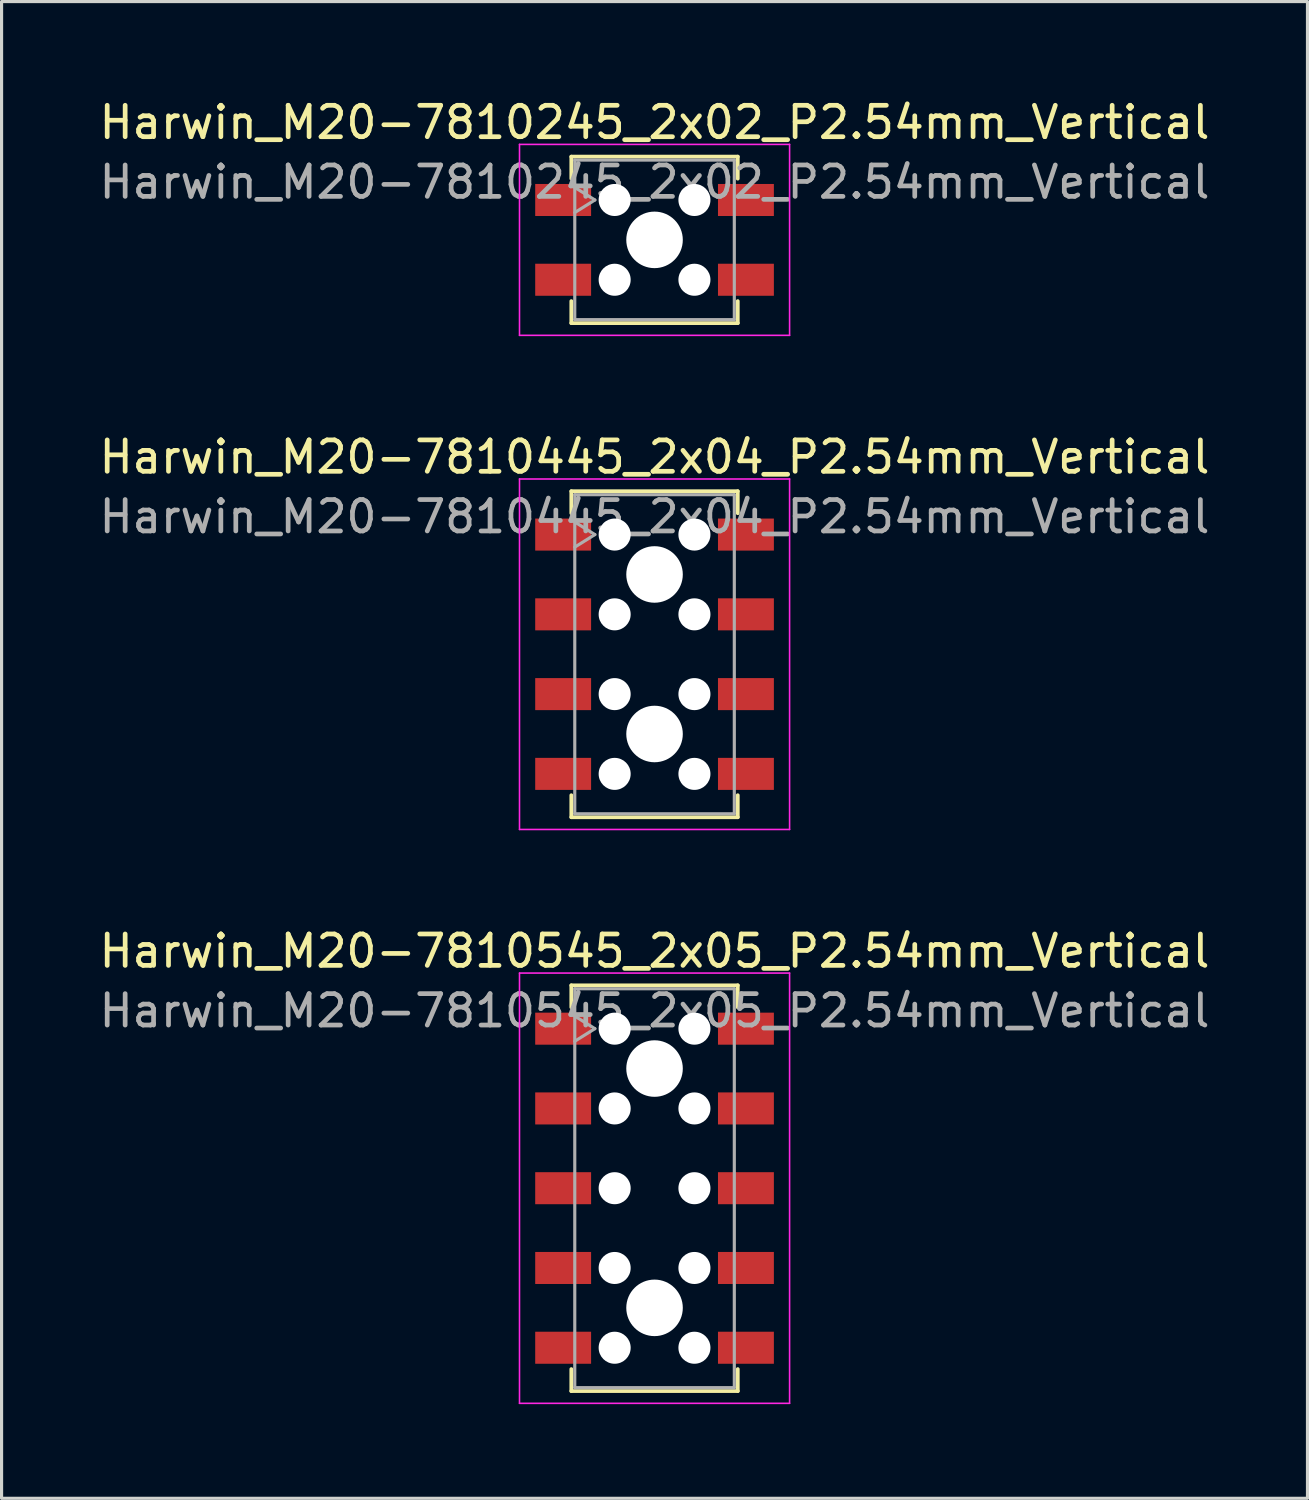
<source format=kicad_pcb>
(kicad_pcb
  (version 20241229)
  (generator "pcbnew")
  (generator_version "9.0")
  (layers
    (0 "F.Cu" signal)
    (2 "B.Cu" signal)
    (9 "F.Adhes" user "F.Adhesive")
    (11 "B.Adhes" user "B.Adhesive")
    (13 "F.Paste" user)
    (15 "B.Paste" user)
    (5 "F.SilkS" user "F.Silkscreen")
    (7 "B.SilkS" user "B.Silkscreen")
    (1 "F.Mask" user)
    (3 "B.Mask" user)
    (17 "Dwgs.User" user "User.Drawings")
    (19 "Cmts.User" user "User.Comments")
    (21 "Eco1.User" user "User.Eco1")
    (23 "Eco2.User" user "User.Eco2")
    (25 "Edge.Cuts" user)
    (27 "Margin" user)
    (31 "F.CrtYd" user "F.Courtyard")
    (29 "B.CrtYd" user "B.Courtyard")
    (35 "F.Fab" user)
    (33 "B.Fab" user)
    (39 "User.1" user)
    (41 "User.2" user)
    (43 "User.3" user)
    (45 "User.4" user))
  (footprint "Harwin_M20-7810545_2x05_P2.54mm_Vertical"
    (layer "F.Cu")
    (at 17.792 34.785)
    (property "Reference" "Harwin_M20-7810545_2x05_P2.54mm_Vertical" (at 0 -7.55 0) (layer "F.SilkS") (effects (font (size 1 1) (thickness 0.15))))
    (attr smd)
    (fp_line (start -2.65 -6.46) (end 2.65 -6.46) (stroke (width 0.12) (type solid)) (layer "F.SilkS"))
    (fp_line (start -2.65 -5.76) (end -2.65 -6.46) (stroke (width 0.12) (type solid)) (layer "F.SilkS"))
    (fp_line (start -2.65 5.76) (end -2.65 6.46) (stroke (width 0.12) (type solid)) (layer "F.SilkS"))
    (fp_line (start -2.65 6.46) (end 2.65 6.46) (stroke (width 0.12) (type solid)) (layer "F.SilkS"))
    (fp_line (start 2.65 -6.46) (end 2.65 -5.76) (stroke (width 0.12) (type solid)) (layer "F.SilkS"))
    (fp_line (start 2.65 6.46) (end 2.65 5.76) (stroke (width 0.12) (type solid)) (layer "F.SilkS"))
    (fp_line (start -4.3 -6.85) (end 4.3 -6.85) (stroke (width 0.05) (type solid)) (layer "F.CrtYd"))
    (fp_line (start -4.3 6.85) (end -4.3 -6.85) (stroke (width 0.05) (type solid)) (layer "F.CrtYd"))
    (fp_line (start 4.3 -6.85) (end 4.3 6.85) (stroke (width 0.05) (type solid)) (layer "F.CrtYd"))
    (fp_line (start 4.3 6.85) (end -4.3 6.85) (stroke (width 0.05) (type solid)) (layer "F.CrtYd"))
    (fp_line (start -2.54 -6.35) (end 2.54 -6.35) (stroke (width 0.1) (type solid)) (layer "F.Fab"))
    (fp_line (start -2.54 -5.48) (end -1.9 -5.08) (stroke (width 0.1) (type solid)) (layer "F.Fab"))
    (fp_line (start -2.54 6.35) (end -2.54 -6.35) (stroke (width 0.1) (type solid)) (layer "F.Fab"))
    (fp_line (start -1.9 -5.08) (end -2.54 -4.68) (stroke (width 0.1) (type solid)) (layer "F.Fab"))
    (fp_line (start 2.54 -6.35) (end 2.54 6.35) (stroke (width 0.1) (type solid)) (layer "F.Fab"))
    (fp_line (start 2.54 6.35) (end -2.54 6.35) (stroke (width 0.1) (type solid)) (layer "F.Fab"))
    (fp_text user "${REFERENCE}" (at 0 -5.65 0) (layer "F.Fab") (effects (font (size 1 1) (thickness 0.15))))
    (pad "" np_thru_hole circle (at -1.27 -5.08) (size 1.02 1.02) (drill 1.02) (layers "*.Cu" "*.Mask"))
    (pad "" np_thru_hole circle (at -1.27 -2.54) (size 1.02 1.02) (drill 1.02) (layers "*.Cu" "*.Mask"))
    (pad "" np_thru_hole circle (at -1.27 0) (size 1.02 1.02) (drill 1.02) (layers "*.Cu" "*.Mask"))
    (pad "" np_thru_hole circle (at -1.27 2.54) (size 1.02 1.02) (drill 1.02) (layers "*.Cu" "*.Mask"))
    (pad "" np_thru_hole circle (at -1.27 5.08) (size 1.02 1.02) (drill 1.02) (layers "*.Cu" "*.Mask"))
    (pad "" np_thru_hole circle (at 0 -3.81) (size 1.8 1.8) (drill 1.8) (layers "*.Cu" "*.Mask"))
    (pad "" np_thru_hole circle (at 0 3.81) (size 1.8 1.8) (drill 1.8) (layers "*.Cu" "*.Mask"))
    (pad "" np_thru_hole circle (at 1.27 -5.08) (size 1.02 1.02) (drill 1.02) (layers "*.Cu" "*.Mask"))
    (pad "" np_thru_hole circle (at 1.27 -2.54) (size 1.02 1.02) (drill 1.02) (layers "*.Cu" "*.Mask"))
    (pad "" np_thru_hole circle (at 1.27 0) (size 1.02 1.02) (drill 1.02) (layers "*.Cu" "*.Mask"))
    (pad "" np_thru_hole circle (at 1.27 2.54) (size 1.02 1.02) (drill 1.02) (layers "*.Cu" "*.Mask"))
    (pad "" np_thru_hole circle (at 1.27 5.08) (size 1.02 1.02) (drill 1.02) (layers "*.Cu" "*.Mask"))
    (pad "1" smd rect (at -2.91 -5.08) (size 1.78 1.02) (layers "F.Cu" "F.Mask" "F.Paste"))
    (pad "2" smd rect (at -2.91 -2.54) (size 1.78 1.02) (layers "F.Cu" "F.Mask" "F.Paste"))
    (pad "3" smd rect (at -2.91 0) (size 1.78 1.02) (layers "F.Cu" "F.Mask" "F.Paste"))
    (pad "4" smd rect (at -2.91 2.54) (size 1.78 1.02) (layers "F.Cu" "F.Mask" "F.Paste"))
    (pad "5" smd rect (at -2.91 5.08) (size 1.78 1.02) (layers "F.Cu" "F.Mask" "F.Paste"))
    (pad "6" smd rect (at 2.91 -5.08) (size 1.78 1.02) (layers "F.Cu" "F.Mask" "F.Paste"))
    (pad "7" smd rect (at 2.91 -2.54) (size 1.78 1.02) (layers "F.Cu" "F.Mask" "F.Paste"))
    (pad "8" smd rect (at 2.91 0) (size 1.78 1.02) (layers "F.Cu" "F.Mask" "F.Paste"))
    (pad "9" smd rect (at 2.91 2.54) (size 1.78 1.02) (layers "F.Cu" "F.Mask" "F.Paste"))
    (pad "10" smd rect (at 2.91 5.08) (size 1.78 1.02) (layers "F.Cu" "F.Mask" "F.Paste")))
  (footprint "Harwin_M20-7810245_2x02_P2.54mm_Vertical"
    (layer "F.Cu")
    (at 17.792 4.588)
    (property "Reference" "Harwin_M20-7810245_2x02_P2.54mm_Vertical" (at 0 -3.74 0) (layer "F.SilkS") (effects (font (size 1 1) (thickness 0.15))))
    (attr smd)
    (fp_line (start -2.65 -2.65) (end 2.65 -2.65) (stroke (width 0.12) (type solid)) (layer "F.SilkS"))
    (fp_line (start -2.65 -1.95) (end -2.65 -2.65) (stroke (width 0.12) (type solid)) (layer "F.SilkS"))
    (fp_line (start -2.65 1.95) (end -2.65 2.65) (stroke (width 0.12) (type solid)) (layer "F.SilkS"))
    (fp_line (start -2.65 2.65) (end 2.65 2.65) (stroke (width 0.12) (type solid)) (layer "F.SilkS"))
    (fp_line (start 2.65 -2.65) (end 2.65 -1.95) (stroke (width 0.12) (type solid)) (layer "F.SilkS"))
    (fp_line (start 2.65 2.65) (end 2.65 1.95) (stroke (width 0.12) (type solid)) (layer "F.SilkS"))
    (fp_line (start -4.3 -3.04) (end 4.3 -3.04) (stroke (width 0.05) (type solid)) (layer "F.CrtYd"))
    (fp_line (start -4.3 3.04) (end -4.3 -3.04) (stroke (width 0.05) (type solid)) (layer "F.CrtYd"))
    (fp_line (start 4.3 -3.04) (end 4.3 3.04) (stroke (width 0.05) (type solid)) (layer "F.CrtYd"))
    (fp_line (start 4.3 3.04) (end -4.3 3.04) (stroke (width 0.05) (type solid)) (layer "F.CrtYd"))
    (fp_line (start -2.54 -2.54) (end 2.54 -2.54) (stroke (width 0.1) (type solid)) (layer "F.Fab"))
    (fp_line (start -2.54 -1.67) (end -1.9 -1.27) (stroke (width 0.1) (type solid)) (layer "F.Fab"))
    (fp_line (start -2.54 2.54) (end -2.54 -2.54) (stroke (width 0.1) (type solid)) (layer "F.Fab"))
    (fp_line (start -1.9 -1.27) (end -2.54 -0.87) (stroke (width 0.1) (type solid)) (layer "F.Fab"))
    (fp_line (start 2.54 -2.54) (end 2.54 2.54) (stroke (width 0.1) (type solid)) (layer "F.Fab"))
    (fp_line (start 2.54 2.54) (end -2.54 2.54) (stroke (width 0.1) (type solid)) (layer "F.Fab"))
    (fp_text user "${REFERENCE}" (at 0 -1.84 0) (layer "F.Fab") (effects (font (size 1 1) (thickness 0.15))))
    (pad "" np_thru_hole circle (at -1.27 -1.27) (size 1.02 1.02) (drill 1.02) (layers "*.Cu" "*.Mask"))
    (pad "" np_thru_hole circle (at -1.27 1.27) (size 1.02 1.02) (drill 1.02) (layers "*.Cu" "*.Mask"))
    (pad "" np_thru_hole circle (at 0 0) (size 1.8 1.8) (drill 1.8) (layers "*.Cu" "*.Mask"))
    (pad "" np_thru_hole circle (at 1.27 -1.27) (size 1.02 1.02) (drill 1.02) (layers "*.Cu" "*.Mask"))
    (pad "" np_thru_hole circle (at 1.27 1.27) (size 1.02 1.02) (drill 1.02) (layers "*.Cu" "*.Mask"))
    (pad "1" smd rect (at -2.91 -1.27) (size 1.78 1.02) (layers "F.Cu" "F.Mask" "F.Paste"))
    (pad "2" smd rect (at -2.91 1.27) (size 1.78 1.02) (layers "F.Cu" "F.Mask" "F.Paste"))
    (pad "3" smd rect (at 2.91 -1.27) (size 1.78 1.02) (layers "F.Cu" "F.Mask" "F.Paste"))
    (pad "4" smd rect (at 2.91 1.27) (size 1.78 1.02) (layers "F.Cu" "F.Mask" "F.Paste")))
  (footprint "Harwin_M20-7810445_2x04_P2.54mm_Vertical"
    (layer "F.Cu")
    (at 17.792 17.782)
    (property "Reference" "Harwin_M20-7810445_2x04_P2.54mm_Vertical" (at 0 -6.28 0) (layer "F.SilkS") (effects (font (size 1 1) (thickness 0.15))))
    (attr smd)
    (fp_line (start -2.65 -5.19) (end 2.65 -5.19) (stroke (width 0.12) (type solid)) (layer "F.SilkS"))
    (fp_line (start -2.65 -4.49) (end -2.65 -5.19) (stroke (width 0.12) (type solid)) (layer "F.SilkS"))
    (fp_line (start -2.65 4.49) (end -2.65 5.19) (stroke (width 0.12) (type solid)) (layer "F.SilkS"))
    (fp_line (start -2.65 5.19) (end 2.65 5.19) (stroke (width 0.12) (type solid)) (layer "F.SilkS"))
    (fp_line (start 2.65 -5.19) (end 2.65 -4.49) (stroke (width 0.12) (type solid)) (layer "F.SilkS"))
    (fp_line (start 2.65 5.19) (end 2.65 4.49) (stroke (width 0.12) (type solid)) (layer "F.SilkS"))
    (fp_line (start -4.3 -5.58) (end 4.3 -5.58) (stroke (width 0.05) (type solid)) (layer "F.CrtYd"))
    (fp_line (start -4.3 5.58) (end -4.3 -5.58) (stroke (width 0.05) (type solid)) (layer "F.CrtYd"))
    (fp_line (start 4.3 -5.58) (end 4.3 5.58) (stroke (width 0.05) (type solid)) (layer "F.CrtYd"))
    (fp_line (start 4.3 5.58) (end -4.3 5.58) (stroke (width 0.05) (type solid)) (layer "F.CrtYd"))
    (fp_line (start -2.54 -5.08) (end 2.54 -5.08) (stroke (width 0.1) (type solid)) (layer "F.Fab"))
    (fp_line (start -2.54 -4.21) (end -1.9 -3.81) (stroke (width 0.1) (type solid)) (layer "F.Fab"))
    (fp_line (start -2.54 5.08) (end -2.54 -5.08) (stroke (width 0.1) (type solid)) (layer "F.Fab"))
    (fp_line (start -1.9 -3.81) (end -2.54 -3.41) (stroke (width 0.1) (type solid)) (layer "F.Fab"))
    (fp_line (start 2.54 -5.08) (end 2.54 5.08) (stroke (width 0.1) (type solid)) (layer "F.Fab"))
    (fp_line (start 2.54 5.08) (end -2.54 5.08) (stroke (width 0.1) (type solid)) (layer "F.Fab"))
    (fp_text user "${REFERENCE}" (at 0 -4.38 0) (layer "F.Fab") (effects (font (size 1 1) (thickness 0.15))))
    (pad "" np_thru_hole circle (at -1.27 -3.81) (size 1.02 1.02) (drill 1.02) (layers "*.Cu" "*.Mask"))
    (pad "" np_thru_hole circle (at -1.27 -1.27) (size 1.02 1.02) (drill 1.02) (layers "*.Cu" "*.Mask"))
    (pad "" np_thru_hole circle (at -1.27 1.27) (size 1.02 1.02) (drill 1.02) (layers "*.Cu" "*.Mask"))
    (pad "" np_thru_hole circle (at -1.27 3.81) (size 1.02 1.02) (drill 1.02) (layers "*.Cu" "*.Mask"))
    (pad "" np_thru_hole circle (at 0 -2.54) (size 1.8 1.8) (drill 1.8) (layers "*.Cu" "*.Mask"))
    (pad "" np_thru_hole circle (at 0 2.54) (size 1.8 1.8) (drill 1.8) (layers "*.Cu" "*.Mask"))
    (pad "" np_thru_hole circle (at 1.27 -3.81) (size 1.02 1.02) (drill 1.02) (layers "*.Cu" "*.Mask"))
    (pad "" np_thru_hole circle (at 1.27 -1.27) (size 1.02 1.02) (drill 1.02) (layers "*.Cu" "*.Mask"))
    (pad "" np_thru_hole circle (at 1.27 1.27) (size 1.02 1.02) (drill 1.02) (layers "*.Cu" "*.Mask"))
    (pad "" np_thru_hole circle (at 1.27 3.81) (size 1.02 1.02) (drill 1.02) (layers "*.Cu" "*.Mask"))
    (pad "1" smd rect (at -2.91 -3.81) (size 1.78 1.02) (layers "F.Cu" "F.Mask" "F.Paste"))
    (pad "2" smd rect (at -2.91 -1.27) (size 1.78 1.02) (layers "F.Cu" "F.Mask" "F.Paste"))
    (pad "3" smd rect (at -2.91 1.27) (size 1.78 1.02) (layers "F.Cu" "F.Mask" "F.Paste"))
    (pad "4" smd rect (at -2.91 3.81) (size 1.78 1.02) (layers "F.Cu" "F.Mask" "F.Paste"))
    (pad "5" smd rect (at 2.91 -3.81) (size 1.78 1.02) (layers "F.Cu" "F.Mask" "F.Paste"))
    (pad "6" smd rect (at 2.91 -1.27) (size 1.78 1.02) (layers "F.Cu" "F.Mask" "F.Paste"))
    (pad "7" smd rect (at 2.91 1.27) (size 1.78 1.02) (layers "F.Cu" "F.Mask" "F.Paste"))
    (pad "8" smd rect (at 2.91 3.81) (size 1.78 1.02) (layers "F.Cu" "F.Mask" "F.Paste")))
  (gr_rect
    (start -3 -3)
    (end 38.583 44.66)
    (stroke (width 0.1) (type default))
    (fill no)
    (layer "Edge.Cuts")))
</source>
